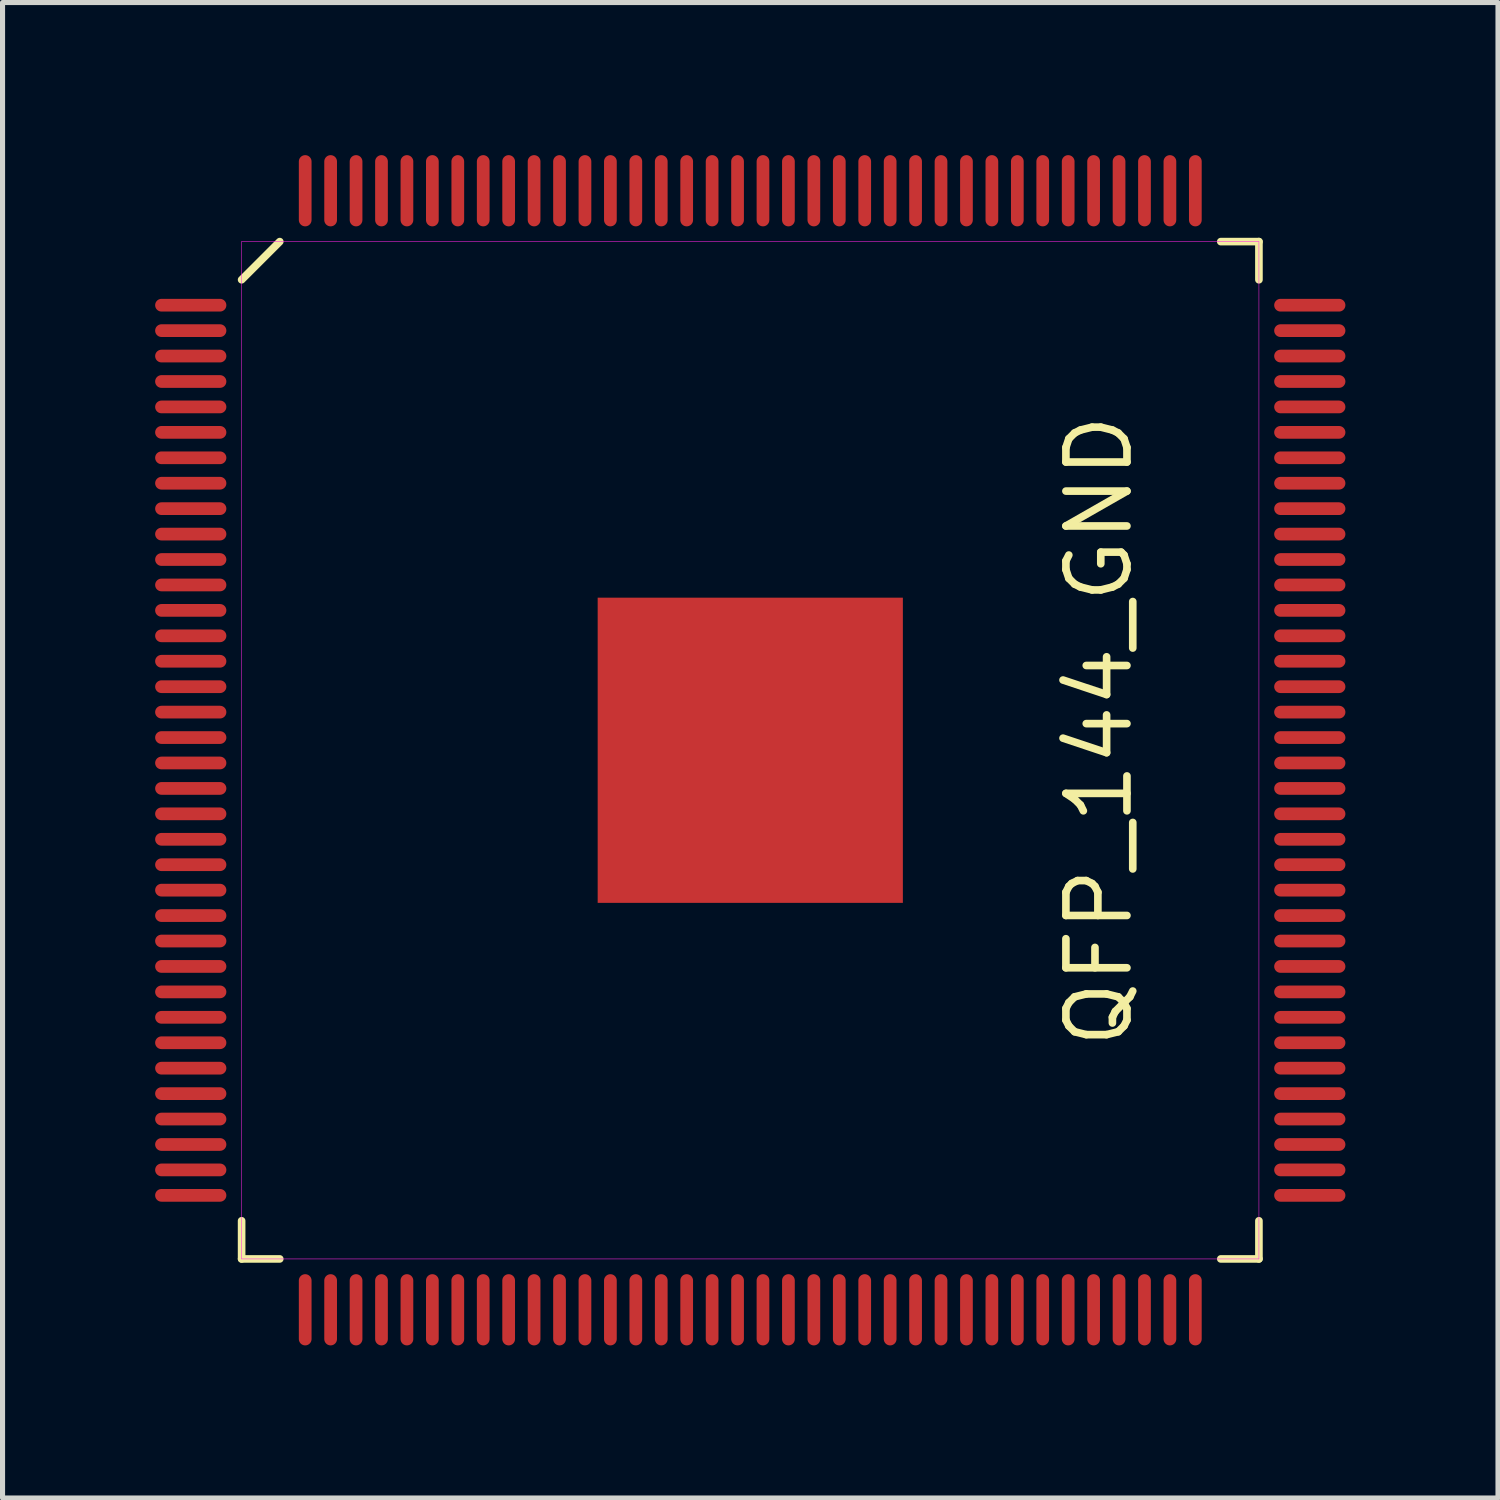
<source format=kicad_pcb>
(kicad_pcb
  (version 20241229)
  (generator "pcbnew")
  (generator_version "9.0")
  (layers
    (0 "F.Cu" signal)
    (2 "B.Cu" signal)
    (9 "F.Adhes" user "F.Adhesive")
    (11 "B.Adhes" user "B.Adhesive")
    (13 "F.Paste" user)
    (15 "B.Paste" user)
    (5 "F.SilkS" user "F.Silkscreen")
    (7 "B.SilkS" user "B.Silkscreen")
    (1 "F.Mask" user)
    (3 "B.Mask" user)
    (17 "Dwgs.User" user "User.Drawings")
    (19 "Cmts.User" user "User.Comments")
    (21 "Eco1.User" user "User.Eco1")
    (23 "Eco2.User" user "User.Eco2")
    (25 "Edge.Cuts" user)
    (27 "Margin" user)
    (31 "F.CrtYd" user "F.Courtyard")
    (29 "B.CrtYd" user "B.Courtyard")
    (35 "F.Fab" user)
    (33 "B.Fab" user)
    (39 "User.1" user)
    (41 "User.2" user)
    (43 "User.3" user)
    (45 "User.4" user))
  (footprint "QFP_144_GND"
    (layer "F.Cu")
    (at 11.7 11.7)
    (property "Reference" "QFP_144_GND" (at 6.858 -0.381 90) (layer "F.SilkS") (effects (font (size 1.2 1.2) (thickness 0.15))))
    (attr through_hole)
    (fp_line (start -10 -9.25) (end -9.25 -10) (stroke (width 0.15) (type solid)) (layer "F.SilkS"))
    (fp_line (start -10 10) (end -10 9.25) (stroke (width 0.15) (type solid)) (layer "F.SilkS"))
    (fp_line (start -9.25 10) (end -10 10) (stroke (width 0.15) (type solid)) (layer "F.SilkS"))
    (fp_line (start 9.25 -10) (end 10 -10) (stroke (width 0.15) (type solid)) (layer "F.SilkS"))
    (fp_line (start 9.25 10) (end 10 10) (stroke (width 0.15) (type solid)) (layer "F.SilkS"))
    (fp_line (start 10 -10) (end 10 -9.25) (stroke (width 0.15) (type solid)) (layer "F.SilkS"))
    (fp_line (start 10 10) (end 10 9.25) (stroke (width 0.15) (type solid)) (layer "F.SilkS"))
    (fp_line (start -10 -10) (end -10 10) (stroke (width 0.01) (type solid)) (layer "F.CrtYd"))
    (fp_line (start -10 -10) (end 10 -10) (stroke (width 0.01) (type solid)) (layer "F.CrtYd"))
    (fp_line (start -10 10) (end 10 10) (stroke (width 0.01) (type solid)) (layer "F.CrtYd"))
    (fp_line (start 10 -10) (end 10 10) (stroke (width 0.01) (type solid)) (layer "F.CrtYd"))
    (pad "1" smd oval (at -11 -8.75 90) (size 0.25 1.4) (layers "F.Cu" "F.Mask" "F.Paste"))
    (pad "2" smd oval (at -11 -8.25 90) (size 0.25 1.4) (layers "F.Cu" "F.Mask" "F.Paste"))
    (pad "3" smd oval (at -11 -7.75 90) (size 0.25 1.4) (layers "F.Cu" "F.Mask" "F.Paste"))
    (pad "4" smd oval (at -11 -7.25 90) (size 0.25 1.4) (layers "F.Cu" "F.Mask" "F.Paste"))
    (pad "5" smd oval (at -11 -6.75 90) (size 0.25 1.4) (layers "F.Cu" "F.Mask" "F.Paste"))
    (pad "6" smd oval (at -11 -6.25 90) (size 0.25 1.4) (layers "F.Cu" "F.Mask" "F.Paste"))
    (pad "7" smd oval (at -11 -5.75 90) (size 0.25 1.4) (layers "F.Cu" "F.Mask" "F.Paste"))
    (pad "8" smd oval (at -11 -5.25 90) (size 0.25 1.4) (layers "F.Cu" "F.Mask" "F.Paste"))
    (pad "9" smd oval (at -11 -4.75 90) (size 0.25 1.4) (layers "F.Cu" "F.Mask" "F.Paste"))
    (pad "10" smd oval (at -11 -4.25 90) (size 0.25 1.4) (layers "F.Cu" "F.Mask" "F.Paste"))
    (pad "11" smd oval (at -11 -3.75 90) (size 0.25 1.4) (layers "F.Cu" "F.Mask" "F.Paste"))
    (pad "12" smd oval (at -11 -3.25 90) (size 0.25 1.4) (layers "F.Cu" "F.Mask" "F.Paste"))
    (pad "13" smd oval (at -11 -2.75 90) (size 0.25 1.4) (layers "F.Cu" "F.Mask" "F.Paste"))
    (pad "14" smd oval (at -11 -2.25 90) (size 0.25 1.4) (layers "F.Cu" "F.Mask" "F.Paste"))
    (pad "15" smd oval (at -11 -1.75 90) (size 0.25 1.4) (layers "F.Cu" "F.Mask" "F.Paste"))
    (pad "16" smd oval (at -11 -1.25 90) (size 0.25 1.4) (layers "F.Cu" "F.Mask" "F.Paste"))
    (pad "17" smd oval (at -11 -0.75 90) (size 0.25 1.4) (layers "F.Cu" "F.Mask" "F.Paste"))
    (pad "18" smd oval (at -11 -0.25 90) (size 0.25 1.4) (layers "F.Cu" "F.Mask" "F.Paste"))
    (pad "19" smd oval (at -11 0.25 90) (size 0.25 1.4) (layers "F.Cu" "F.Mask" "F.Paste"))
    (pad "20" smd oval (at -11 0.75 90) (size 0.25 1.4) (layers "F.Cu" "F.Mask" "F.Paste"))
    (pad "21" smd oval (at -11 1.25 90) (size 0.25 1.4) (layers "F.Cu" "F.Mask" "F.Paste"))
    (pad "22" smd oval (at -11 1.75 90) (size 0.25 1.4) (layers "F.Cu" "F.Mask" "F.Paste"))
    (pad "23" smd oval (at -11 2.25 90) (size 0.25 1.4) (layers "F.Cu" "F.Mask" "F.Paste"))
    (pad "24" smd oval (at -11 2.75 90) (size 0.25 1.4) (layers "F.Cu" "F.Mask" "F.Paste"))
    (pad "25" smd oval (at -11 3.25 90) (size 0.25 1.4) (layers "F.Cu" "F.Mask" "F.Paste"))
    (pad "26" smd oval (at -11 3.75 90) (size 0.25 1.4) (layers "F.Cu" "F.Mask" "F.Paste"))
    (pad "27" smd oval (at -11 4.25 90) (size 0.25 1.4) (layers "F.Cu" "F.Mask" "F.Paste"))
    (pad "28" smd oval (at -11 4.75 90) (size 0.25 1.4) (layers "F.Cu" "F.Mask" "F.Paste"))
    (pad "29" smd oval (at -11 5.25 90) (size 0.25 1.4) (layers "F.Cu" "F.Mask" "F.Paste"))
    (pad "30" smd oval (at -11 5.75 90) (size 0.25 1.4) (layers "F.Cu" "F.Mask" "F.Paste"))
    (pad "31" smd oval (at -11 6.25 90) (size 0.25 1.4) (layers "F.Cu" "F.Mask" "F.Paste"))
    (pad "32" smd oval (at -11 6.75 90) (size 0.25 1.4) (layers "F.Cu" "F.Mask" "F.Paste"))
    (pad "33" smd oval (at -11 7.25 90) (size 0.25 1.4) (layers "F.Cu" "F.Mask" "F.Paste"))
    (pad "34" smd oval (at -11 7.75 90) (size 0.25 1.4) (layers "F.Cu" "F.Mask" "F.Paste"))
    (pad "35" smd oval (at -11 8.25 90) (size 0.25 1.4) (layers "F.Cu" "F.Mask" "F.Paste"))
    (pad "36" smd oval (at -11 8.75 90) (size 0.25 1.4) (layers "F.Cu" "F.Mask" "F.Paste"))
    (pad "37" smd oval (at -8.75 11) (size 0.25 1.4) (layers "F.Cu" "F.Mask" "F.Paste"))
    (pad "38" smd oval (at -8.25 11) (size 0.25 1.4) (layers "F.Cu" "F.Mask" "F.Paste"))
    (pad "39" smd oval (at -7.75 11) (size 0.25 1.4) (layers "F.Cu" "F.Mask" "F.Paste"))
    (pad "40" smd oval (at -7.25 11) (size 0.25 1.4) (layers "F.Cu" "F.Mask" "F.Paste"))
    (pad "41" smd oval (at -6.75 11) (size 0.25 1.4) (layers "F.Cu" "F.Mask" "F.Paste"))
    (pad "42" smd oval (at -6.25 11) (size 0.25 1.4) (layers "F.Cu" "F.Mask" "F.Paste"))
    (pad "43" smd oval (at -5.75 11) (size 0.25 1.4) (layers "F.Cu" "F.Mask" "F.Paste"))
    (pad "44" smd oval (at -5.25 11) (size 0.25 1.4) (layers "F.Cu" "F.Mask" "F.Paste"))
    (pad "45" smd oval (at -4.75 11) (size 0.25 1.4) (layers "F.Cu" "F.Mask" "F.Paste"))
    (pad "46" smd oval (at -4.25 11) (size 0.25 1.4) (layers "F.Cu" "F.Mask" "F.Paste"))
    (pad "47" smd oval (at -3.75 11) (size 0.25 1.4) (layers "F.Cu" "F.Mask" "F.Paste"))
    (pad "48" smd oval (at -3.25 11) (size 0.25 1.4) (layers "F.Cu" "F.Mask" "F.Paste"))
    (pad "49" smd oval (at -2.75 11) (size 0.25 1.4) (layers "F.Cu" "F.Mask" "F.Paste"))
    (pad "50" smd oval (at -2.25 11) (size 0.25 1.4) (layers "F.Cu" "F.Mask" "F.Paste"))
    (pad "51" smd oval (at -1.75 11) (size 0.25 1.4) (layers "F.Cu" "F.Mask" "F.Paste"))
    (pad "52" smd oval (at -1.25 11) (size 0.25 1.4) (layers "F.Cu" "F.Mask" "F.Paste"))
    (pad "53" smd oval (at -0.75 11) (size 0.25 1.4) (layers "F.Cu" "F.Mask" "F.Paste"))
    (pad "54" smd oval (at -0.25 11) (size 0.25 1.4) (layers "F.Cu" "F.Mask" "F.Paste"))
    (pad "55" smd oval (at 0.25 11) (size 0.25 1.4) (layers "F.Cu" "F.Mask" "F.Paste"))
    (pad "56" smd oval (at 0.75 11) (size 0.25 1.4) (layers "F.Cu" "F.Mask" "F.Paste"))
    (pad "57" smd oval (at 1.25 11) (size 0.25 1.4) (layers "F.Cu" "F.Mask" "F.Paste"))
    (pad "58" smd oval (at 1.75 11) (size 0.25 1.4) (layers "F.Cu" "F.Mask" "F.Paste"))
    (pad "59" smd oval (at 2.25 11) (size 0.25 1.4) (layers "F.Cu" "F.Mask" "F.Paste"))
    (pad "60" smd oval (at 2.75 11) (size 0.25 1.4) (layers "F.Cu" "F.Mask" "F.Paste"))
    (pad "61" smd oval (at 3.25 11) (size 0.25 1.4) (layers "F.Cu" "F.Mask" "F.Paste"))
    (pad "62" smd oval (at 3.75 11) (size 0.25 1.4) (layers "F.Cu" "F.Mask" "F.Paste"))
    (pad "63" smd oval (at 4.25 11) (size 0.25 1.4) (layers "F.Cu" "F.Mask" "F.Paste"))
    (pad "64" smd oval (at 4.75 11) (size 0.25 1.4) (layers "F.Cu" "F.Mask" "F.Paste"))
    (pad "65" smd oval (at 5.25 11) (size 0.25 1.4) (layers "F.Cu" "F.Mask" "F.Paste"))
    (pad "66" smd oval (at 5.75 11) (size 0.25 1.4) (layers "F.Cu" "F.Mask" "F.Paste"))
    (pad "67" smd oval (at 6.25 11) (size 0.25 1.4) (layers "F.Cu" "F.Mask" "F.Paste"))
    (pad "68" smd oval (at 6.75 11) (size 0.25 1.4) (layers "F.Cu" "F.Mask" "F.Paste"))
    (pad "69" smd oval (at 7.25 11) (size 0.25 1.4) (layers "F.Cu" "F.Mask" "F.Paste"))
    (pad "70" smd oval (at 7.75 11) (size 0.25 1.4) (layers "F.Cu" "F.Mask" "F.Paste"))
    (pad "71" smd oval (at 8.25 11) (size 0.25 1.4) (layers "F.Cu" "F.Mask" "F.Paste"))
    (pad "72" smd oval (at 8.75 11) (size 0.25 1.4) (layers "F.Cu" "F.Mask" "F.Paste"))
    (pad "73" smd oval (at 11 8.75 90) (size 0.25 1.4) (layers "F.Cu" "F.Mask" "F.Paste"))
    (pad "74" smd oval (at 11 8.25 90) (size 0.25 1.4) (layers "F.Cu" "F.Mask" "F.Paste"))
    (pad "75" smd oval (at 11 7.75 90) (size 0.25 1.4) (layers "F.Cu" "F.Mask" "F.Paste"))
    (pad "76" smd oval (at 11 7.25 90) (size 0.25 1.4) (layers "F.Cu" "F.Mask" "F.Paste"))
    (pad "77" smd oval (at 11 6.75 90) (size 0.25 1.4) (layers "F.Cu" "F.Mask" "F.Paste"))
    (pad "78" smd oval (at 11 6.25 90) (size 0.25 1.4) (layers "F.Cu" "F.Mask" "F.Paste"))
    (pad "79" smd oval (at 11 5.75 90) (size 0.25 1.4) (layers "F.Cu" "F.Mask" "F.Paste"))
    (pad "80" smd oval (at 11 5.25 90) (size 0.25 1.4) (layers "F.Cu" "F.Mask" "F.Paste"))
    (pad "81" smd oval (at 11 4.75 90) (size 0.25 1.4) (layers "F.Cu" "F.Mask" "F.Paste"))
    (pad "82" smd oval (at 11 4.25 90) (size 0.25 1.4) (layers "F.Cu" "F.Mask" "F.Paste"))
    (pad "83" smd oval (at 11 3.75 90) (size 0.25 1.4) (layers "F.Cu" "F.Mask" "F.Paste"))
    (pad "84" smd oval (at 11 3.25 90) (size 0.25 1.4) (layers "F.Cu" "F.Mask" "F.Paste"))
    (pad "85" smd oval (at 11 2.75 90) (size 0.25 1.4) (layers "F.Cu" "F.Mask" "F.Paste"))
    (pad "86" smd oval (at 11 2.25 90) (size 0.25 1.4) (layers "F.Cu" "F.Mask" "F.Paste"))
    (pad "87" smd oval (at 11 1.75 90) (size 0.25 1.4) (layers "F.Cu" "F.Mask" "F.Paste"))
    (pad "88" smd oval (at 11 1.25 90) (size 0.25 1.4) (layers "F.Cu" "F.Mask" "F.Paste"))
    (pad "89" smd oval (at 11 0.75 90) (size 0.25 1.4) (layers "F.Cu" "F.Mask" "F.Paste"))
    (pad "90" smd oval (at 11 0.25 90) (size 0.25 1.4) (layers "F.Cu" "F.Mask" "F.Paste"))
    (pad "91" smd oval (at 11 -0.25 90) (size 0.25 1.4) (layers "F.Cu" "F.Mask" "F.Paste"))
    (pad "92" smd oval (at 11 -0.75 90) (size 0.25 1.4) (layers "F.Cu" "F.Mask" "F.Paste"))
    (pad "93" smd oval (at 11 -1.25 90) (size 0.25 1.4) (layers "F.Cu" "F.Mask" "F.Paste"))
    (pad "94" smd oval (at 11 -1.75 90) (size 0.25 1.4) (layers "F.Cu" "F.Mask" "F.Paste"))
    (pad "95" smd oval (at 11 -2.25 90) (size 0.25 1.4) (layers "F.Cu" "F.Mask" "F.Paste"))
    (pad "96" smd oval (at 11 -2.75 90) (size 0.25 1.4) (layers "F.Cu" "F.Mask" "F.Paste"))
    (pad "97" smd oval (at 11 -3.25 90) (size 0.25 1.4) (layers "F.Cu" "F.Mask" "F.Paste"))
    (pad "98" smd oval (at 11 -3.75 90) (size 0.25 1.4) (layers "F.Cu" "F.Mask" "F.Paste"))
    (pad "99" smd oval (at 11 -4.25 90) (size 0.25 1.4) (layers "F.Cu" "F.Mask" "F.Paste"))
    (pad "100" smd oval (at 11 -4.75 90) (size 0.25 1.4) (layers "F.Cu" "F.Mask" "F.Paste"))
    (pad "101" smd oval (at 11 -5.25 90) (size 0.25 1.4) (layers "F.Cu" "F.Mask" "F.Paste"))
    (pad "102" smd oval (at 11 -5.75 90) (size 0.25 1.4) (layers "F.Cu" "F.Mask" "F.Paste"))
    (pad "103" smd oval (at 11 -6.25 90) (size 0.25 1.4) (layers "F.Cu" "F.Mask" "F.Paste"))
    (pad "104" smd oval (at 11 -6.75 90) (size 0.25 1.4) (layers "F.Cu" "F.Mask" "F.Paste"))
    (pad "105" smd oval (at 11 -7.25 90) (size 0.25 1.4) (layers "F.Cu" "F.Mask" "F.Paste"))
    (pad "106" smd oval (at 11 -7.75 90) (size 0.25 1.4) (layers "F.Cu" "F.Mask" "F.Paste"))
    (pad "107" smd oval (at 11 -8.25 90) (size 0.25 1.4) (layers "F.Cu" "F.Mask" "F.Paste"))
    (pad "108" smd oval (at 11 -8.75 90) (size 0.25 1.4) (layers "F.Cu" "F.Mask" "F.Paste"))
    (pad "109" smd oval (at 8.75 -11) (size 0.25 1.4) (layers "F.Cu" "F.Mask" "F.Paste"))
    (pad "110" smd oval (at 8.25 -11) (size 0.25 1.4) (layers "F.Cu" "F.Mask" "F.Paste"))
    (pad "111" smd oval (at 7.75 -11) (size 0.25 1.4) (layers "F.Cu" "F.Mask" "F.Paste"))
    (pad "112" smd oval (at 7.25 -11) (size 0.25 1.4) (layers "F.Cu" "F.Mask" "F.Paste"))
    (pad "113" smd oval (at 6.75 -11) (size 0.25 1.4) (layers "F.Cu" "F.Mask" "F.Paste"))
    (pad "114" smd oval (at 6.25 -11) (size 0.25 1.4) (layers "F.Cu" "F.Mask" "F.Paste"))
    (pad "115" smd oval (at 5.75 -11) (size 0.25 1.4) (layers "F.Cu" "F.Mask" "F.Paste"))
    (pad "116" smd oval (at 5.25 -11) (size 0.25 1.4) (layers "F.Cu" "F.Mask" "F.Paste"))
    (pad "117" smd oval (at 4.75 -11) (size 0.25 1.4) (layers "F.Cu" "F.Mask" "F.Paste"))
    (pad "118" smd oval (at 4.25 -11) (size 0.25 1.4) (layers "F.Cu" "F.Mask" "F.Paste"))
    (pad "119" smd oval (at 3.75 -11) (size 0.25 1.4) (layers "F.Cu" "F.Mask" "F.Paste"))
    (pad "120" smd oval (at 3.25 -11) (size 0.25 1.4) (layers "F.Cu" "F.Mask" "F.Paste"))
    (pad "121" smd oval (at 2.75 -11) (size 0.25 1.4) (layers "F.Cu" "F.Mask" "F.Paste"))
    (pad "122" smd oval (at 2.25 -11) (size 0.25 1.4) (layers "F.Cu" "F.Mask" "F.Paste"))
    (pad "123" smd oval (at 1.75 -11) (size 0.25 1.4) (layers "F.Cu" "F.Mask" "F.Paste"))
    (pad "124" smd oval (at 1.25 -11) (size 0.25 1.4) (layers "F.Cu" "F.Mask" "F.Paste"))
    (pad "125" smd oval (at 0.75 -11) (size 0.25 1.4) (layers "F.Cu" "F.Mask" "F.Paste"))
    (pad "126" smd oval (at 0.25 -11) (size 0.25 1.4) (layers "F.Cu" "F.Mask" "F.Paste"))
    (pad "127" smd oval (at -0.25 -11) (size 0.25 1.4) (layers "F.Cu" "F.Mask" "F.Paste"))
    (pad "128" smd oval (at -0.75 -11) (size 0.25 1.4) (layers "F.Cu" "F.Mask" "F.Paste"))
    (pad "129" smd oval (at -1.25 -11) (size 0.25 1.4) (layers "F.Cu" "F.Mask" "F.Paste"))
    (pad "130" smd oval (at -1.75 -11) (size 0.25 1.4) (layers "F.Cu" "F.Mask" "F.Paste"))
    (pad "131" smd oval (at -2.25 -11) (size 0.25 1.4) (layers "F.Cu" "F.Mask" "F.Paste"))
    (pad "132" smd oval (at -2.75 -11) (size 0.25 1.4) (layers "F.Cu" "F.Mask" "F.Paste"))
    (pad "133" smd oval (at -3.25 -11) (size 0.25 1.4) (layers "F.Cu" "F.Mask" "F.Paste"))
    (pad "134" smd oval (at -3.75 -11) (size 0.25 1.4) (layers "F.Cu" "F.Mask" "F.Paste"))
    (pad "135" smd oval (at -4.25 -11) (size 0.25 1.4) (layers "F.Cu" "F.Mask" "F.Paste"))
    (pad "136" smd oval (at -4.75 -11) (size 0.25 1.4) (layers "F.Cu" "F.Mask" "F.Paste"))
    (pad "137" smd oval (at -5.25 -11) (size 0.25 1.4) (layers "F.Cu" "F.Mask" "F.Paste"))
    (pad "138" smd oval (at -5.75 -11) (size 0.25 1.4) (layers "F.Cu" "F.Mask" "F.Paste"))
    (pad "139" smd oval (at -6.25 -11) (size 0.25 1.4) (layers "F.Cu" "F.Mask" "F.Paste"))
    (pad "140" smd oval (at -6.75 -11) (size 0.25 1.4) (layers "F.Cu" "F.Mask" "F.Paste"))
    (pad "141" smd oval (at -7.25 -11) (size 0.25 1.4) (layers "F.Cu" "F.Mask" "F.Paste"))
    (pad "142" smd oval (at -7.75 -11) (size 0.25 1.4) (layers "F.Cu" "F.Mask" "F.Paste"))
    (pad "143" smd oval (at -8.25 -11) (size 0.25 1.4) (layers "F.Cu" "F.Mask" "F.Paste"))
    (pad "144" smd oval (at -8.75 -11) (size 0.25 1.4) (layers "F.Cu" "F.Mask" "F.Paste"))
    (pad "145" smd rect (at 0 0) (size 6 6) (layers "F.Cu" "F.Mask" "F.Paste")))
  (gr_rect
    (start -3 -3)
    (end 26.4 26.4)
    (stroke (width 0.1) (type default))
    (fill no)
    (layer "Edge.Cuts")))
</source>
